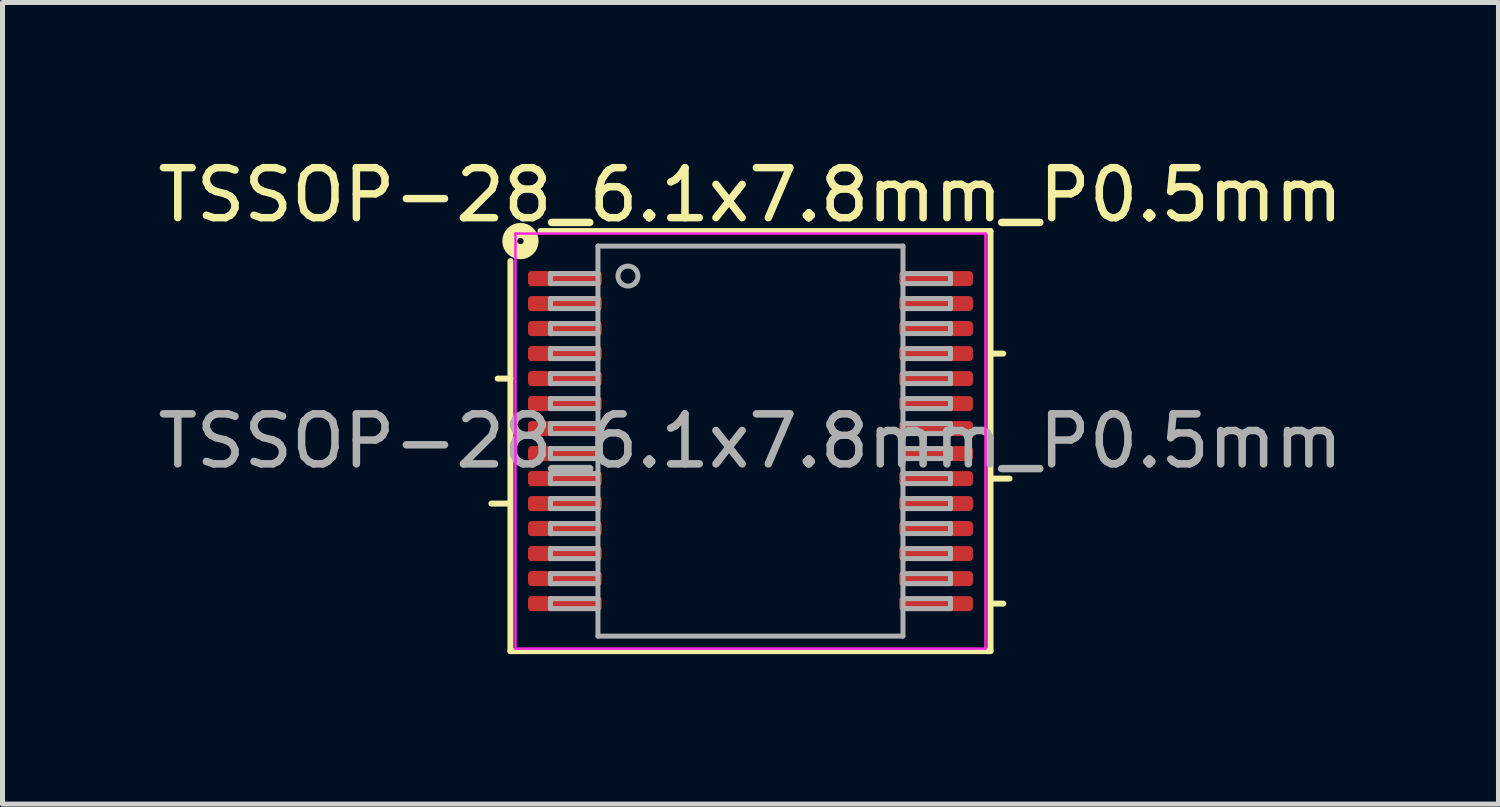
<source format=kicad_pcb>
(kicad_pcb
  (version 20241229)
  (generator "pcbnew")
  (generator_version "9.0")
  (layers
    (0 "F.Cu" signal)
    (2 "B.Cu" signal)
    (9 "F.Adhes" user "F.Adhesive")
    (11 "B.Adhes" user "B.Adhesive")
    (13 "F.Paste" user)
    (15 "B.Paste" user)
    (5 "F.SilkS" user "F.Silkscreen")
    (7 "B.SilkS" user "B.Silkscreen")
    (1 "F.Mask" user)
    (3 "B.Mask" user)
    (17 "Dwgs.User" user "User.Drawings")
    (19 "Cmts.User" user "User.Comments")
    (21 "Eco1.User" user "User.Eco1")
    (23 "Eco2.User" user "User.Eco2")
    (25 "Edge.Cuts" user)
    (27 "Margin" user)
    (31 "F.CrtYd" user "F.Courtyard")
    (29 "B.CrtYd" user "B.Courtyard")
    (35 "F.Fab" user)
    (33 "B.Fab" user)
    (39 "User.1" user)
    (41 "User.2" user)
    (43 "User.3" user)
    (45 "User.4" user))
  (footprint "TSSOP-28_6.1x7.8mm_P0.5mm"
    (layer "F.Cu")
    (at 11.958 5.771)
    (property "Reference" "TSSOP-28_6.1x7.8mm_P0.5mm" (at 0 -4.923 0) (layer "F.SilkS") (effects (font (size 1 1) (thickness 0.15))))
    (attr smd)
    (fp_line (start -5.181 1.25) (end -4.851 1.25) (stroke (width 0.12) (type solid)) (layer "F.SilkS"))
    (fp_line (start -5.054 -1.25) (end -4.8 -1.25) (stroke (width 0.12) (type solid)) (layer "F.SilkS"))
    (fp_line (start -4.8 -3.6) (end -4.8 4.2) (stroke (width 0.12) (type solid)) (layer "F.SilkS"))
    (fp_line (start -4.8 4.2) (end 4.8 4.2) (stroke (width 0.12) (type solid)) (layer "F.SilkS"))
    (fp_line (start 4.8 -4.2) (end -4.2 -4.2) (stroke (width 0.12) (type solid)) (layer "F.SilkS"))
    (fp_line (start 4.8 4.2) (end 4.8 -4.2) (stroke (width 0.12) (type solid)) (layer "F.SilkS"))
    (fp_line (start 5.054 -1.75) (end 4.851 -1.75) (stroke (width 0.12) (type solid)) (layer "F.SilkS"))
    (fp_line (start 5.054 3.25) (end 4.851 3.25) (stroke (width 0.12) (type solid)) (layer "F.SilkS"))
    (fp_line (start 5.181 0.75) (end 4.851 0.75) (stroke (width 0.12) (type solid)) (layer "F.SilkS"))
    (fp_circle (center -4.6 -4) (end -4.537 -4) (stroke (width 0.3) (type solid)) (fill no) (layer "F.SilkS"))
    (fp_line (start -4.7 -4.15) (end -4.7 4.15) (stroke (width 0.05) (type solid)) (layer "F.CrtYd"))
    (fp_line (start -4.7 4.15) (end 4.7 4.15) (stroke (width 0.05) (type solid)) (layer "F.CrtYd"))
    (fp_line (start 4.7 -4.15) (end -4.7 -4.15) (stroke (width 0.05) (type solid)) (layer "F.CrtYd"))
    (fp_line (start 4.7 4.15) (end 4.7 -4.15) (stroke (width 0.05) (type solid)) (layer "F.CrtYd"))
    (fp_line (start -4 -3.35) (end -4 -3.15) (stroke (width 0.1) (type solid)) (layer "F.Fab"))
    (fp_line (start -4 -3.35) (end -3.05 -3.35) (stroke (width 0.1) (type solid)) (layer "F.Fab"))
    (fp_line (start -4 -3.15) (end -3.05 -3.15) (stroke (width 0.1) (type solid)) (layer "F.Fab"))
    (fp_line (start -4 -2.85) (end -4 -2.65) (stroke (width 0.1) (type solid)) (layer "F.Fab"))
    (fp_line (start -4 -2.85) (end -3.05 -2.85) (stroke (width 0.1) (type solid)) (layer "F.Fab"))
    (fp_line (start -4 -2.65) (end -3.05 -2.65) (stroke (width 0.1) (type solid)) (layer "F.Fab"))
    (fp_line (start -4 -2.35) (end -4 -2.15) (stroke (width 0.1) (type solid)) (layer "F.Fab"))
    (fp_line (start -4 -2.35) (end -3.05 -2.35) (stroke (width 0.1) (type solid)) (layer "F.Fab"))
    (fp_line (start -4 -2.15) (end -3.05 -2.15) (stroke (width 0.1) (type solid)) (layer "F.Fab"))
    (fp_line (start -4 -1.85) (end -4 -1.65) (stroke (width 0.1) (type solid)) (layer "F.Fab"))
    (fp_line (start -4 -1.85) (end -3.05 -1.85) (stroke (width 0.1) (type solid)) (layer "F.Fab"))
    (fp_line (start -4 -1.65) (end -3.05 -1.65) (stroke (width 0.1) (type solid)) (layer "F.Fab"))
    (fp_line (start -4 -1.35) (end -4 -1.15) (stroke (width 0.1) (type solid)) (layer "F.Fab"))
    (fp_line (start -4 -1.35) (end -3.05 -1.35) (stroke (width 0.1) (type solid)) (layer "F.Fab"))
    (fp_line (start -4 -1.15) (end -3.05 -1.15) (stroke (width 0.1) (type solid)) (layer "F.Fab"))
    (fp_line (start -4 -0.85) (end -4 -0.65) (stroke (width 0.1) (type solid)) (layer "F.Fab"))
    (fp_line (start -4 -0.85) (end -3.05 -0.85) (stroke (width 0.1) (type solid)) (layer "F.Fab"))
    (fp_line (start -4 -0.65) (end -3.05 -0.65) (stroke (width 0.1) (type solid)) (layer "F.Fab"))
    (fp_line (start -4 -0.35) (end -4 -0.15) (stroke (width 0.1) (type solid)) (layer "F.Fab"))
    (fp_line (start -4 -0.35) (end -3.05 -0.35) (stroke (width 0.1) (type solid)) (layer "F.Fab"))
    (fp_line (start -4 -0.15) (end -3.05 -0.15) (stroke (width 0.1) (type solid)) (layer "F.Fab"))
    (fp_line (start -4 0.15) (end -4 0.35) (stroke (width 0.1) (type solid)) (layer "F.Fab"))
    (fp_line (start -4 0.15) (end -3.05 0.15) (stroke (width 0.1) (type solid)) (layer "F.Fab"))
    (fp_line (start -4 0.35) (end -3.05 0.35) (stroke (width 0.1) (type solid)) (layer "F.Fab"))
    (fp_line (start -4 0.65) (end -4 0.85) (stroke (width 0.1) (type solid)) (layer "F.Fab"))
    (fp_line (start -4 0.65) (end -3.05 0.65) (stroke (width 0.1) (type solid)) (layer "F.Fab"))
    (fp_line (start -4 0.85) (end -3.05 0.85) (stroke (width 0.1) (type solid)) (layer "F.Fab"))
    (fp_line (start -4 1.15) (end -4 1.35) (stroke (width 0.1) (type solid)) (layer "F.Fab"))
    (fp_line (start -4 1.15) (end -3.05 1.15) (stroke (width 0.1) (type solid)) (layer "F.Fab"))
    (fp_line (start -4 1.35) (end -3.05 1.35) (stroke (width 0.1) (type solid)) (layer "F.Fab"))
    (fp_line (start -4 1.65) (end -4 1.85) (stroke (width 0.1) (type solid)) (layer "F.Fab"))
    (fp_line (start -4 1.65) (end -3.05 1.65) (stroke (width 0.1) (type solid)) (layer "F.Fab"))
    (fp_line (start -4 1.85) (end -3.05 1.85) (stroke (width 0.1) (type solid)) (layer "F.Fab"))
    (fp_line (start -4 2.15) (end -4 2.35) (stroke (width 0.1) (type solid)) (layer "F.Fab"))
    (fp_line (start -4 2.15) (end -3.05 2.15) (stroke (width 0.1) (type solid)) (layer "F.Fab"))
    (fp_line (start -4 2.35) (end -3.05 2.35) (stroke (width 0.1) (type solid)) (layer "F.Fab"))
    (fp_line (start -4 2.65) (end -4 2.85) (stroke (width 0.1) (type solid)) (layer "F.Fab"))
    (fp_line (start -4 2.65) (end -3.05 2.65) (stroke (width 0.1) (type solid)) (layer "F.Fab"))
    (fp_line (start -4 2.85) (end -3.05 2.85) (stroke (width 0.1) (type solid)) (layer "F.Fab"))
    (fp_line (start -4 3.15) (end -4 3.35) (stroke (width 0.1) (type solid)) (layer "F.Fab"))
    (fp_line (start -4 3.15) (end -3.05 3.15) (stroke (width 0.1) (type solid)) (layer "F.Fab"))
    (fp_line (start -4 3.35) (end -3.05 3.35) (stroke (width 0.1) (type solid)) (layer "F.Fab"))
    (fp_line (start -3.05 -3.9) (end 3.05 -3.9) (stroke (width 0.1) (type solid)) (layer "F.Fab"))
    (fp_line (start -3.05 3.9) (end -3.05 -3.9) (stroke (width 0.1) (type solid)) (layer "F.Fab"))
    (fp_line (start 3.05 -3.9) (end 3.05 3.9) (stroke (width 0.1) (type solid)) (layer "F.Fab"))
    (fp_line (start 3.05 3.9) (end -3.05 3.9) (stroke (width 0.1) (type solid)) (layer "F.Fab"))
    (fp_line (start 4 -3.35) (end 3.05 -3.35) (stroke (width 0.1) (type solid)) (layer "F.Fab"))
    (fp_line (start 4 -3.15) (end 3.05 -3.15) (stroke (width 0.1) (type solid)) (layer "F.Fab"))
    (fp_line (start 4 -3.15) (end 4 -3.35) (stroke (width 0.1) (type solid)) (layer "F.Fab"))
    (fp_line (start 4 -2.85) (end 3.05 -2.85) (stroke (width 0.1) (type solid)) (layer "F.Fab"))
    (fp_line (start 4 -2.65) (end 3.05 -2.65) (stroke (width 0.1) (type solid)) (layer "F.Fab"))
    (fp_line (start 4 -2.65) (end 4 -2.85) (stroke (width 0.1) (type solid)) (layer "F.Fab"))
    (fp_line (start 4 -2.35) (end 3.05 -2.35) (stroke (width 0.1) (type solid)) (layer "F.Fab"))
    (fp_line (start 4 -2.15) (end 3.05 -2.15) (stroke (width 0.1) (type solid)) (layer "F.Fab"))
    (fp_line (start 4 -2.15) (end 4 -2.35) (stroke (width 0.1) (type solid)) (layer "F.Fab"))
    (fp_line (start 4 -1.85) (end 3.05 -1.85) (stroke (width 0.1) (type solid)) (layer "F.Fab"))
    (fp_line (start 4 -1.65) (end 3.05 -1.65) (stroke (width 0.1) (type solid)) (layer "F.Fab"))
    (fp_line (start 4 -1.65) (end 4 -1.85) (stroke (width 0.1) (type solid)) (layer "F.Fab"))
    (fp_line (start 4 -1.35) (end 3.05 -1.35) (stroke (width 0.1) (type solid)) (layer "F.Fab"))
    (fp_line (start 4 -1.15) (end 3.05 -1.15) (stroke (width 0.1) (type solid)) (layer "F.Fab"))
    (fp_line (start 4 -1.15) (end 4 -1.35) (stroke (width 0.1) (type solid)) (layer "F.Fab"))
    (fp_line (start 4 -0.85) (end 3.05 -0.85) (stroke (width 0.1) (type solid)) (layer "F.Fab"))
    (fp_line (start 4 -0.65) (end 3.05 -0.65) (stroke (width 0.1) (type solid)) (layer "F.Fab"))
    (fp_line (start 4 -0.65) (end 4 -0.85) (stroke (width 0.1) (type solid)) (layer "F.Fab"))
    (fp_line (start 4 -0.35) (end 3.05 -0.35) (stroke (width 0.1) (type solid)) (layer "F.Fab"))
    (fp_line (start 4 -0.15) (end 3.05 -0.15) (stroke (width 0.1) (type solid)) (layer "F.Fab"))
    (fp_line (start 4 -0.15) (end 4 -0.35) (stroke (width 0.1) (type solid)) (layer "F.Fab"))
    (fp_line (start 4 0.15) (end 3.05 0.15) (stroke (width 0.1) (type solid)) (layer "F.Fab"))
    (fp_line (start 4 0.35) (end 3.05 0.35) (stroke (width 0.1) (type solid)) (layer "F.Fab"))
    (fp_line (start 4 0.35) (end 4 0.15) (stroke (width 0.1) (type solid)) (layer "F.Fab"))
    (fp_line (start 4 0.65) (end 3.05 0.65) (stroke (width 0.1) (type solid)) (layer "F.Fab"))
    (fp_line (start 4 0.85) (end 3.05 0.85) (stroke (width 0.1) (type solid)) (layer "F.Fab"))
    (fp_line (start 4 0.85) (end 4 0.65) (stroke (width 0.1) (type solid)) (layer "F.Fab"))
    (fp_line (start 4 1.15) (end 3.05 1.15) (stroke (width 0.1) (type solid)) (layer "F.Fab"))
    (fp_line (start 4 1.35) (end 3.05 1.35) (stroke (width 0.1) (type solid)) (layer "F.Fab"))
    (fp_line (start 4 1.35) (end 4 1.15) (stroke (width 0.1) (type solid)) (layer "F.Fab"))
    (fp_line (start 4 1.65) (end 3.05 1.65) (stroke (width 0.1) (type solid)) (layer "F.Fab"))
    (fp_line (start 4 1.85) (end 3.05 1.85) (stroke (width 0.1) (type solid)) (layer "F.Fab"))
    (fp_line (start 4 1.85) (end 4 1.65) (stroke (width 0.1) (type solid)) (layer "F.Fab"))
    (fp_line (start 4 2.15) (end 3.05 2.15) (stroke (width 0.1) (type solid)) (layer "F.Fab"))
    (fp_line (start 4 2.35) (end 3.05 2.35) (stroke (width 0.1) (type solid)) (layer "F.Fab"))
    (fp_line (start 4 2.35) (end 4 2.15) (stroke (width 0.1) (type solid)) (layer "F.Fab"))
    (fp_line (start 4 2.65) (end 3.05 2.65) (stroke (width 0.1) (type solid)) (layer "F.Fab"))
    (fp_line (start 4 2.85) (end 3.05 2.85) (stroke (width 0.1) (type solid)) (layer "F.Fab"))
    (fp_line (start 4 2.85) (end 4 2.65) (stroke (width 0.1) (type solid)) (layer "F.Fab"))
    (fp_line (start 4 3.15) (end 3.05 3.15) (stroke (width 0.1) (type solid)) (layer "F.Fab"))
    (fp_line (start 4 3.35) (end 3.05 3.35) (stroke (width 0.1) (type solid)) (layer "F.Fab"))
    (fp_line (start 4 3.35) (end 4 3.15) (stroke (width 0.1) (type solid)) (layer "F.Fab"))
    (fp_circle (center -2.45 -3.3) (end -2.25 -3.3) (stroke (width 0.1) (type solid)) (fill no) (layer "F.Fab"))
    (fp_text user "${REFERENCE}" (at 0 0 0) (layer "F.Fab") (effects (font (size 1 1) (thickness 0.15))))
    (pad "1" smd roundrect (at -3.712 -3.25) (size 1.475 0.3) (layers "F.Cu" "F.Mask" "F.Paste") (roundrect_rratio 0.25))
    (pad "2" smd roundrect (at -3.712 -2.75) (size 1.475 0.3) (layers "F.Cu" "F.Mask" "F.Paste") (roundrect_rratio 0.25))
    (pad "3" smd roundrect (at -3.712 -2.25) (size 1.475 0.3) (layers "F.Cu" "F.Mask" "F.Paste") (roundrect_rratio 0.25))
    (pad "4" smd roundrect (at -3.712 -1.75) (size 1.475 0.3) (layers "F.Cu" "F.Mask" "F.Paste") (roundrect_rratio 0.25))
    (pad "5" smd roundrect (at -3.712 -1.25) (size 1.475 0.3) (layers "F.Cu" "F.Mask" "F.Paste") (roundrect_rratio 0.25))
    (pad "6" smd roundrect (at -3.712 -0.75) (size 1.475 0.3) (layers "F.Cu" "F.Mask" "F.Paste") (roundrect_rratio 0.25))
    (pad "7" smd roundrect (at -3.712 -0.25) (size 1.475 0.3) (layers "F.Cu" "F.Mask" "F.Paste") (roundrect_rratio 0.25))
    (pad "8" smd roundrect (at -3.712 0.25) (size 1.475 0.3) (layers "F.Cu" "F.Mask" "F.Paste") (roundrect_rratio 0.25))
    (pad "9" smd roundrect (at -3.712 0.75) (size 1.475 0.3) (layers "F.Cu" "F.Mask" "F.Paste") (roundrect_rratio 0.25))
    (pad "10" smd roundrect (at -3.712 1.25) (size 1.475 0.3) (layers "F.Cu" "F.Mask" "F.Paste") (roundrect_rratio 0.25))
    (pad "11" smd roundrect (at -3.712 1.75) (size 1.475 0.3) (layers "F.Cu" "F.Mask" "F.Paste") (roundrect_rratio 0.25))
    (pad "12" smd roundrect (at -3.712 2.25) (size 1.475 0.3) (layers "F.Cu" "F.Mask" "F.Paste") (roundrect_rratio 0.25))
    (pad "13" smd roundrect (at -3.712 2.75) (size 1.475 0.3) (layers "F.Cu" "F.Mask" "F.Paste") (roundrect_rratio 0.25))
    (pad "14" smd roundrect (at -3.712 3.25) (size 1.475 0.3) (layers "F.Cu" "F.Mask" "F.Paste") (roundrect_rratio 0.25))
    (pad "15" smd roundrect (at 3.712 3.25) (size 1.475 0.3) (layers "F.Cu" "F.Mask" "F.Paste") (roundrect_rratio 0.25))
    (pad "16" smd roundrect (at 3.712 2.75) (size 1.475 0.3) (layers "F.Cu" "F.Mask" "F.Paste") (roundrect_rratio 0.25))
    (pad "17" smd roundrect (at 3.712 2.25) (size 1.475 0.3) (layers "F.Cu" "F.Mask" "F.Paste") (roundrect_rratio 0.25))
    (pad "18" smd roundrect (at 3.712 1.75) (size 1.475 0.3) (layers "F.Cu" "F.Mask" "F.Paste") (roundrect_rratio 0.25))
    (pad "19" smd roundrect (at 3.712 1.25) (size 1.475 0.3) (layers "F.Cu" "F.Mask" "F.Paste") (roundrect_rratio 0.25))
    (pad "20" smd roundrect (at 3.712 0.75) (size 1.475 0.3) (layers "F.Cu" "F.Mask" "F.Paste") (roundrect_rratio 0.25))
    (pad "21" smd roundrect (at 3.712 0.25) (size 1.475 0.3) (layers "F.Cu" "F.Mask" "F.Paste") (roundrect_rratio 0.25))
    (pad "22" smd roundrect (at 3.712 -0.25) (size 1.475 0.3) (layers "F.Cu" "F.Mask" "F.Paste") (roundrect_rratio 0.25))
    (pad "23" smd roundrect (at 3.712 -0.75) (size 1.475 0.3) (layers "F.Cu" "F.Mask" "F.Paste") (roundrect_rratio 0.25))
    (pad "24" smd roundrect (at 3.712 -1.25) (size 1.475 0.3) (layers "F.Cu" "F.Mask" "F.Paste") (roundrect_rratio 0.25))
    (pad "25" smd roundrect (at 3.712 -1.75) (size 1.475 0.3) (layers "F.Cu" "F.Mask" "F.Paste") (roundrect_rratio 0.25))
    (pad "26" smd roundrect (at 3.712 -2.25) (size 1.475 0.3) (layers "F.Cu" "F.Mask" "F.Paste") (roundrect_rratio 0.25))
    (pad "27" smd roundrect (at 3.712 -2.75) (size 1.475 0.3) (layers "F.Cu" "F.Mask" "F.Paste") (roundrect_rratio 0.25))
    (pad "28" smd roundrect (at 3.712 -3.25) (size 1.475 0.3) (layers "F.Cu" "F.Mask" "F.Paste") (roundrect_rratio 0.25)))
  (gr_rect
    (start -3 -3)
    (end 26.917 13.031)
    (stroke (width 0.1) (type default))
    (fill no)
    (layer "Edge.Cuts")))
</source>
